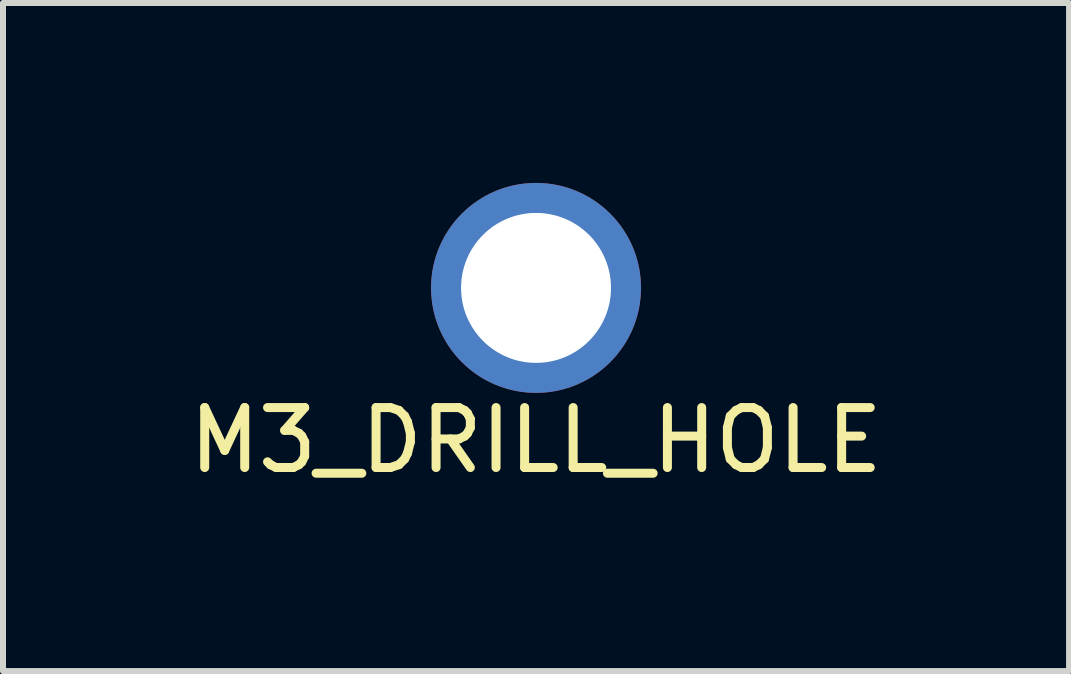
<source format=kicad_pcb>
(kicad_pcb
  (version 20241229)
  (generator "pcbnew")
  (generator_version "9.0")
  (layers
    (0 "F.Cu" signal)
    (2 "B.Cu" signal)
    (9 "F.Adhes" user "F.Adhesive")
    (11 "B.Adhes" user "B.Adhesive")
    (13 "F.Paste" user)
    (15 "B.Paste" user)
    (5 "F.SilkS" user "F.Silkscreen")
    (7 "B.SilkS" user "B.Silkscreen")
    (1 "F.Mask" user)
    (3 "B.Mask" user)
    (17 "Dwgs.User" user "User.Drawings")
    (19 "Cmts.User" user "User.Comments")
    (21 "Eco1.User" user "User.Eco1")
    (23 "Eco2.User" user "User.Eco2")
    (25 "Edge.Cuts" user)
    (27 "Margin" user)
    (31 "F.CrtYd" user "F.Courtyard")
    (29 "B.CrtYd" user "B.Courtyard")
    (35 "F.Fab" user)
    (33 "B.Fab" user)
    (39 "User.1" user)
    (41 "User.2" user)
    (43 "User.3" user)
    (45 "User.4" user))
  (footprint "M3_DRILL_HOLE"
    (layer "F.Cu")
    (at 5.887 1.75)
    (property "Reference" "M3_DRILL_HOLE" (at 0 2.54 0) (layer "F.SilkS") (effects (font (size 1 1) (thickness 0.15))))
    (attr through_hole)
    (pad "" np_thru_hole circle (at 0 0) (size 3.5 3.5) (drill 2.5) (layers "*.Cu" "*.Mask")))
  (gr_rect
    (start -3 -3)
    (end 14.774 8.138)
    (stroke (width 0.1) (type default))
    (fill no)
    (layer "Edge.Cuts")))
</source>
